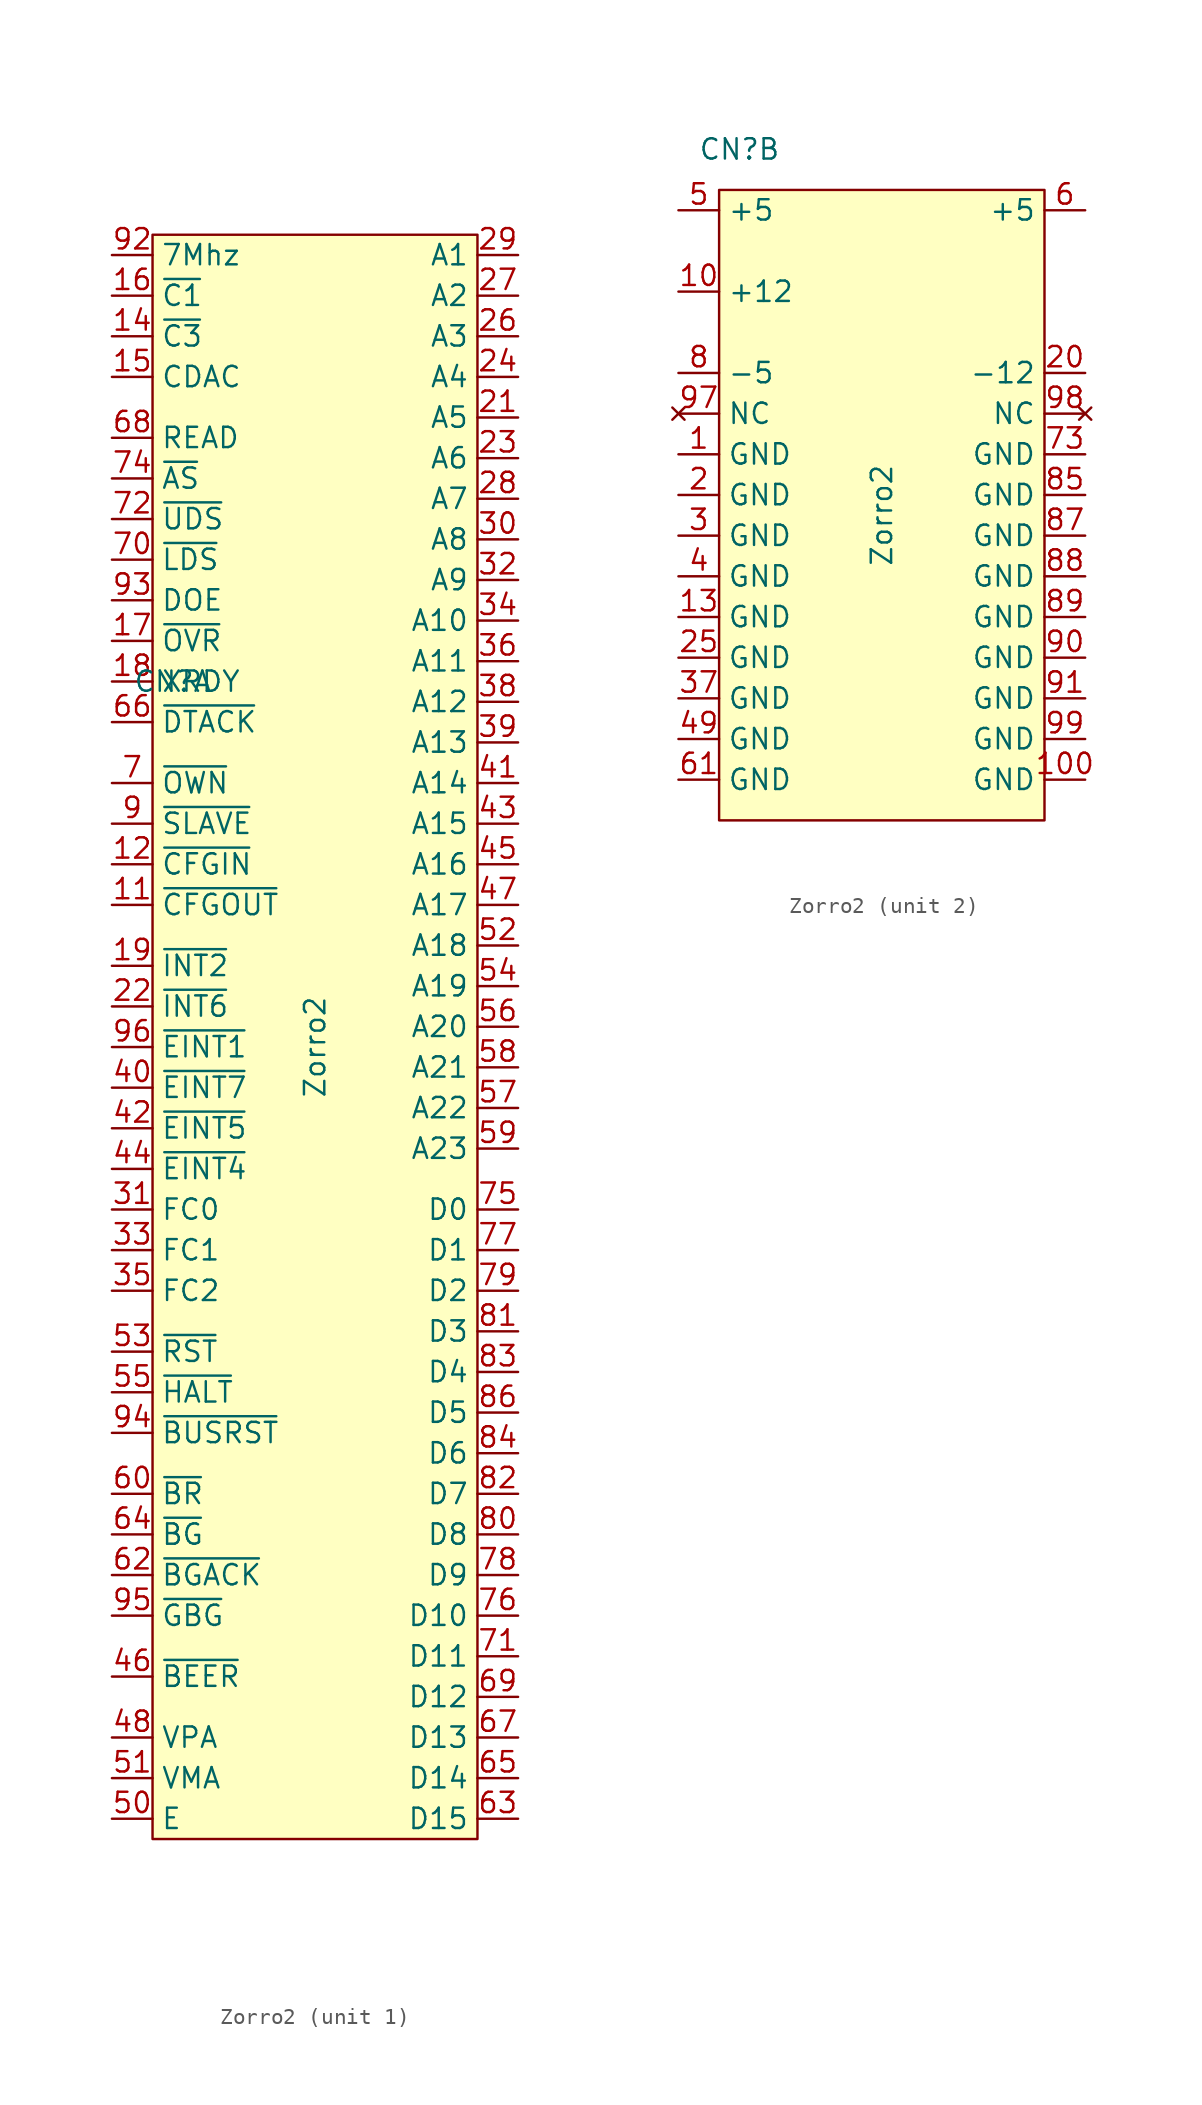
<source format=kicad_sym>
(kicad_symbol_lib
  (version 20211014)
  (generator kicad_symbol_editor)
  (symbol "Zorro2"
    (property "Reference" "CN"
      (at -8.89 22.86 0)
      (effects (font (size 1.27 1.27))))
    (property "Value" "Zorro2"
      (at 0 0 90)
      (effects (font (size 1.27 1.27))))
    (property "ki_locked" ""
      (at 0 0 0)
      (effects (font (size 1.27 1.27))))
    (symbol "Zorro2_1_1"
      (rectangle (start -10.16 50.8) (end 10.16 -49.53) (stroke (width 0.152) (type default) (color 0 0 0 0)) (fill (type background)))
      (pin input line (at -12.7 8.89 0) (length 2.54) (name "~{CFGOUT}" (effects (font (size 1.27 1.27)))) (number "11" (effects (font (size 1.27 1.27)))))
      (pin output line (at -12.7 11.43 0) (length 2.54) (name "~{CFGIN}" (effects (font (size 1.27 1.27)))) (number "12" (effects (font (size 1.27 1.27)))))
      (pin output line (at -12.7 44.45 0) (length 2.54) (name "~{C3}" (effects (font (size 1.27 1.27)))) (number "14" (effects (font (size 1.27 1.27)))))
      (pin output line (at -12.7 41.91 0) (length 2.54) (name "CDAC" (effects (font (size 1.27 1.27)))) (number "15" (effects (font (size 1.27 1.27)))))
      (pin output line (at -12.7 46.99 0) (length 2.54) (name "~{C1}" (effects (font (size 1.27 1.27)))) (number "16" (effects (font (size 1.27 1.27)))))
      (pin input line (at -12.7 25.4 0) (length 2.54) (name "~{OVR}" (effects (font (size 1.27 1.27)))) (number "17" (effects (font (size 1.27 1.27)))))
      (pin input line (at -12.7 22.86 0) (length 2.54) (name "XRDY" (effects (font (size 1.27 1.27)))) (number "18" (effects (font (size 1.27 1.27)))))
      (pin input line (at -12.7 5.08 0) (length 2.54) (name "~{INT2}" (effects (font (size 1.27 1.27)))) (number "19" (effects (font (size 1.27 1.27)))))
      (pin output line (at 12.7 39.37 180) (length 2.54) (name "A5" (effects (font (size 1.27 1.27)))) (number "21" (effects (font (size 1.27 1.27)))))
      (pin input line (at -12.7 2.54 0) (length 2.54) (name "~{INT6}" (effects (font (size 1.27 1.27)))) (number "22" (effects (font (size 1.27 1.27)))))
      (pin output line (at 12.7 36.83 180) (length 2.54) (name "A6" (effects (font (size 1.27 1.27)))) (number "23" (effects (font (size 1.27 1.27)))))
      (pin output line (at 12.7 41.91 180) (length 2.54) (name "A4" (effects (font (size 1.27 1.27)))) (number "24" (effects (font (size 1.27 1.27)))))
      (pin output line (at 12.7 44.45 180) (length 2.54) (name "A3" (effects (font (size 1.27 1.27)))) (number "26" (effects (font (size 1.27 1.27)))))
      (pin output line (at 12.7 46.99 180) (length 2.54) (name "A2" (effects (font (size 1.27 1.27)))) (number "27" (effects (font (size 1.27 1.27)))))
      (pin output line (at 12.7 34.29 180) (length 2.54) (name "A7" (effects (font (size 1.27 1.27)))) (number "28" (effects (font (size 1.27 1.27)))))
      (pin output line (at 12.7 49.53 180) (length 2.54) (name "A1" (effects (font (size 1.27 1.27)))) (number "29" (effects (font (size 1.27 1.27)))))
      (pin output line (at 12.7 31.75 180) (length 2.54) (name "A8" (effects (font (size 1.27 1.27)))) (number "30" (effects (font (size 1.27 1.27)))))
      (pin output line (at -12.7 -10.16 0) (length 2.54) (name "FC0" (effects (font (size 1.27 1.27)))) (number "31" (effects (font (size 1.27 1.27)))))
      (pin output line (at 12.7 29.21 180) (length 2.54) (name "A9" (effects (font (size 1.27 1.27)))) (number "32" (effects (font (size 1.27 1.27)))))
      (pin output line (at -12.7 -12.7 0) (length 2.54) (name "FC1" (effects (font (size 1.27 1.27)))) (number "33" (effects (font (size 1.27 1.27)))))
      (pin output line (at 12.7 26.67 180) (length 2.54) (name "A10" (effects (font (size 1.27 1.27)))) (number "34" (effects (font (size 1.27 1.27)))))
      (pin output line (at -12.7 -15.24 0) (length 2.54) (name "FC2" (effects (font (size 1.27 1.27)))) (number "35" (effects (font (size 1.27 1.27)))))
      (pin output line (at 12.7 24.13 180) (length 2.54) (name "A11" (effects (font (size 1.27 1.27)))) (number "36" (effects (font (size 1.27 1.27)))))
      (pin output line (at 12.7 21.59 180) (length 2.54) (name "A12" (effects (font (size 1.27 1.27)))) (number "38" (effects (font (size 1.27 1.27)))))
      (pin output line (at 12.7 19.05 180) (length 2.54) (name "A13" (effects (font (size 1.27 1.27)))) (number "39" (effects (font (size 1.27 1.27)))))
      (pin input line (at -12.7 -2.54 0) (length 2.54) (name "~{EINT7}" (effects (font (size 1.27 1.27)))) (number "40" (effects (font (size 1.27 1.27)))))
      (pin output line (at 12.7 16.51 180) (length 2.54) (name "A14" (effects (font (size 1.27 1.27)))) (number "41" (effects (font (size 1.27 1.27)))))
      (pin input line (at -12.7 -5.08 0) (length 2.54) (name "~{EINT5}" (effects (font (size 1.27 1.27)))) (number "42" (effects (font (size 1.27 1.27)))))
      (pin output line (at 12.7 13.97 180) (length 2.54) (name "A15" (effects (font (size 1.27 1.27)))) (number "43" (effects (font (size 1.27 1.27)))))
      (pin input line (at -12.7 -7.62 0) (length 2.54) (name "~{EINT4}" (effects (font (size 1.27 1.27)))) (number "44" (effects (font (size 1.27 1.27)))))
      (pin output line (at 12.7 11.43 180) (length 2.54) (name "A16" (effects (font (size 1.27 1.27)))) (number "45" (effects (font (size 1.27 1.27)))))
      (pin output line (at -12.7 -39.37 0) (length 2.54) (name "~{BEER}" (effects (font (size 1.27 1.27)))) (number "46" (effects (font (size 1.27 1.27)))))
      (pin output line (at 12.7 8.89 180) (length 2.54) (name "A17" (effects (font (size 1.27 1.27)))) (number "47" (effects (font (size 1.27 1.27)))))
      (pin input line (at -12.7 -43.18 0) (length 2.54) (name "VPA" (effects (font (size 1.27 1.27)))) (number "48" (effects (font (size 1.27 1.27)))))
      (pin output line (at -12.7 -48.26 0) (length 2.54) (name "E" (effects (font (size 1.27 1.27)))) (number "50" (effects (font (size 1.27 1.27)))))
      (pin output line (at -12.7 -45.72 0) (length 2.54) (name "VMA" (effects (font (size 1.27 1.27)))) (number "51" (effects (font (size 1.27 1.27)))))
      (pin output line (at 12.7 6.35 180) (length 2.54) (name "A18" (effects (font (size 1.27 1.27)))) (number "52" (effects (font (size 1.27 1.27)))))
      (pin output line (at -12.7 -19.05 0) (length 2.54) (name "~{RST}" (effects (font (size 1.27 1.27)))) (number "53" (effects (font (size 1.27 1.27)))))
      (pin output line (at 12.7 3.81 180) (length 2.54) (name "A19" (effects (font (size 1.27 1.27)))) (number "54" (effects (font (size 1.27 1.27)))))
      (pin output line (at -12.7 -21.59 0) (length 2.54) (name "~{HALT}" (effects (font (size 1.27 1.27)))) (number "55" (effects (font (size 1.27 1.27)))))
      (pin output line (at 12.7 1.27 180) (length 2.54) (name "A20" (effects (font (size 1.27 1.27)))) (number "56" (effects (font (size 1.27 1.27)))))
      (pin output line (at 12.7 -3.81 180) (length 2.54) (name "A22" (effects (font (size 1.27 1.27)))) (number "57" (effects (font (size 1.27 1.27)))))
      (pin output line (at 12.7 -1.27 180) (length 2.54) (name "A21" (effects (font (size 1.27 1.27)))) (number "58" (effects (font (size 1.27 1.27)))))
      (pin output line (at 12.7 -6.35 180) (length 2.54) (name "A23" (effects (font (size 1.27 1.27)))) (number "59" (effects (font (size 1.27 1.27)))))
      (pin input line (at -12.7 -27.94 0) (length 2.54) (name "~{BR}" (effects (font (size 1.27 1.27)))) (number "60" (effects (font (size 1.27 1.27)))))
      (pin input line (at -12.7 -33.02 0) (length 2.54) (name "~{BGACK}" (effects (font (size 1.27 1.27)))) (number "62" (effects (font (size 1.27 1.27)))))
      (pin bidirectional line (at 12.7 -48.26 180) (length 2.54) (name "D15" (effects (font (size 1.27 1.27)))) (number "63" (effects (font (size 1.27 1.27)))))
      (pin output line (at -12.7 -30.48 0) (length 2.54) (name "~{BG}" (effects (font (size 1.27 1.27)))) (number "64" (effects (font (size 1.27 1.27)))))
      (pin bidirectional line (at 12.7 -45.72 180) (length 2.54) (name "D14" (effects (font (size 1.27 1.27)))) (number "65" (effects (font (size 1.27 1.27)))))
      (pin input line (at -12.7 20.32 0) (length 2.54) (name "~{DTACK}" (effects (font (size 1.27 1.27)))) (number "66" (effects (font (size 1.27 1.27)))))
      (pin bidirectional line (at 12.7 -43.18 180) (length 2.54) (name "D13" (effects (font (size 1.27 1.27)))) (number "67" (effects (font (size 1.27 1.27)))))
      (pin output line (at -12.7 38.1 0) (length 2.54) (name "READ" (effects (font (size 1.27 1.27)))) (number "68" (effects (font (size 1.27 1.27)))))
      (pin bidirectional line (at 12.7 -40.64 180) (length 2.54) (name "D12" (effects (font (size 1.27 1.27)))) (number "69" (effects (font (size 1.27 1.27)))))
      (pin input line (at -12.7 16.51 0) (length 2.54) (name "~{OWN}" (effects (font (size 1.27 1.27)))) (number "7" (effects (font (size 1.27 1.27)))))
      (pin output line (at -12.7 30.48 0) (length 2.54) (name "~{LDS}" (effects (font (size 1.27 1.27)))) (number "70" (effects (font (size 1.27 1.27)))))
      (pin bidirectional line (at 12.7 -38.1 180) (length 2.54) (name "D11" (effects (font (size 1.27 1.27)))) (number "71" (effects (font (size 1.27 1.27)))))
      (pin output line (at -12.7 33.02 0) (length 2.54) (name "~{UDS}" (effects (font (size 1.27 1.27)))) (number "72" (effects (font (size 1.27 1.27)))))
      (pin output line (at -12.7 35.56 0) (length 2.54) (name "~{AS}" (effects (font (size 1.27 1.27)))) (number "74" (effects (font (size 1.27 1.27)))))
      (pin bidirectional line (at 12.7 -10.16 180) (length 2.54) (name "D0" (effects (font (size 1.27 1.27)))) (number "75" (effects (font (size 1.27 1.27)))))
      (pin bidirectional line (at 12.7 -35.56 180) (length 2.54) (name "D10" (effects (font (size 1.27 1.27)))) (number "76" (effects (font (size 1.27 1.27)))))
      (pin bidirectional line (at 12.7 -12.7 180) (length 2.54) (name "D1" (effects (font (size 1.27 1.27)))) (number "77" (effects (font (size 1.27 1.27)))))
      (pin bidirectional line (at 12.7 -33.02 180) (length 2.54) (name "D9" (effects (font (size 1.27 1.27)))) (number "78" (effects (font (size 1.27 1.27)))))
      (pin bidirectional line (at 12.7 -15.24 180) (length 2.54) (name "D2" (effects (font (size 1.27 1.27)))) (number "79" (effects (font (size 1.27 1.27)))))
      (pin bidirectional line (at 12.7 -30.48 180) (length 2.54) (name "D8" (effects (font (size 1.27 1.27)))) (number "80" (effects (font (size 1.27 1.27)))))
      (pin bidirectional line (at 12.7 -17.78 180) (length 2.54) (name "D3" (effects (font (size 1.27 1.27)))) (number "81" (effects (font (size 1.27 1.27)))))
      (pin bidirectional line (at 12.7 -27.94 180) (length 2.54) (name "D7" (effects (font (size 1.27 1.27)))) (number "82" (effects (font (size 1.27 1.27)))))
      (pin bidirectional line (at 12.7 -20.32 180) (length 2.54) (name "D4" (effects (font (size 1.27 1.27)))) (number "83" (effects (font (size 1.27 1.27)))))
      (pin bidirectional line (at 12.7 -25.4 180) (length 2.54) (name "D6" (effects (font (size 1.27 1.27)))) (number "84" (effects (font (size 1.27 1.27)))))
      (pin bidirectional line (at 12.7 -22.86 180) (length 2.54) (name "D5" (effects (font (size 1.27 1.27)))) (number "86" (effects (font (size 1.27 1.27)))))
      (pin input line (at -12.7 13.97 0) (length 2.54) (name "~{SLAVE}" (effects (font (size 1.27 1.27)))) (number "9" (effects (font (size 1.27 1.27)))))
      (pin output line (at -12.7 49.53 0) (length 2.54) (name "7Mhz" (effects (font (size 1.27 1.27)))) (number "92" (effects (font (size 1.27 1.27)))))
      (pin output line (at -12.7 27.94 0) (length 2.54) (name "DOE" (effects (font (size 1.27 1.27)))) (number "93" (effects (font (size 1.27 1.27)))))
      (pin bidirectional line (at -12.7 -24.13 0) (length 2.54) (name "~{BUSRST}" (effects (font (size 1.27 1.27)))) (number "94" (effects (font (size 1.27 1.27)))))
      (pin output line (at -12.7 -35.56 0) (length 2.54) (name "~{GBG}" (effects (font (size 1.27 1.27)))) (number "95" (effects (font (size 1.27 1.27)))))
      (pin input line (at -12.7 0 0) (length 2.54) (name "~{EINT1}" (effects (font (size 1.27 1.27)))) (number "96" (effects (font (size 1.27 1.27))))))
    (symbol "Zorro2_2_1"
      (rectangle (start -10.16 20.32) (end 10.16 -19.05) (stroke (width 0.152) (type default) (color 0 0 0 0)) (fill (type background)))
      (pin power_out line (at -12.7 3.81 0) (length 2.54) (name "GND" (effects (font (size 1.27 1.27)))) (number "1" (effects (font (size 1.27 1.27)))))
      (pin power_out line (at -12.7 13.97 0) (length 2.54) (name "+12" (effects (font (size 1.27 1.27)))) (number "10" (effects (font (size 1.27 1.27)))))
      (pin power_out line (at 12.7 -16.51 180) (length 2.54) (name "GND" (effects (font (size 1.27 1.27)))) (number "100" (effects (font (size 1.27 1.27)))))
      (pin power_out line (at -12.7 -6.35 0) (length 2.54) (name "GND" (effects (font (size 1.27 1.27)))) (number "13" (effects (font (size 1.27 1.27)))))
      (pin power_out line (at -12.7 1.27 0) (length 2.54) (name "GND" (effects (font (size 1.27 1.27)))) (number "2" (effects (font (size 1.27 1.27)))))
      (pin power_out line (at 12.7 8.89 180) (length 2.54) (name "-12" (effects (font (size 1.27 1.27)))) (number "20" (effects (font (size 1.27 1.27)))))
      (pin power_out line (at -12.7 -8.89 0) (length 2.54) (name "GND" (effects (font (size 1.27 1.27)))) (number "25" (effects (font (size 1.27 1.27)))))
      (pin power_out line (at -12.7 -1.27 0) (length 2.54) (name "GND" (effects (font (size 1.27 1.27)))) (number "3" (effects (font (size 1.27 1.27)))))
      (pin power_out line (at -12.7 -11.43 0) (length 2.54) (name "GND" (effects (font (size 1.27 1.27)))) (number "37" (effects (font (size 1.27 1.27)))))
      (pin power_out line (at -12.7 -3.81 0) (length 2.54) (name "GND" (effects (font (size 1.27 1.27)))) (number "4" (effects (font (size 1.27 1.27)))))
      (pin power_out line (at -12.7 -13.97 0) (length 2.54) (name "GND" (effects (font (size 1.27 1.27)))) (number "49" (effects (font (size 1.27 1.27)))))
      (pin power_out line (at -12.7 19.05 0) (length 2.54) (name "+5" (effects (font (size 1.27 1.27)))) (number "5" (effects (font (size 1.27 1.27)))))
      (pin power_out line (at 12.7 19.05 180) (length 2.54) (name "+5" (effects (font (size 1.27 1.27)))) (number "6" (effects (font (size 1.27 1.27)))))
      (pin power_out line (at -12.7 -16.51 0) (length 2.54) (name "GND" (effects (font (size 1.27 1.27)))) (number "61" (effects (font (size 1.27 1.27)))))
      (pin power_out line (at 12.7 3.81 180) (length 2.54) (name "GND" (effects (font (size 1.27 1.27)))) (number "73" (effects (font (size 1.27 1.27)))))
      (pin power_out line (at -12.7 8.89 0) (length 2.54) (name "-5" (effects (font (size 1.27 1.27)))) (number "8" (effects (font (size 1.27 1.27)))))
      (pin power_out line (at 12.7 1.27 180) (length 2.54) (name "GND" (effects (font (size 1.27 1.27)))) (number "85" (effects (font (size 1.27 1.27)))))
      (pin power_out line (at 12.7 -1.27 180) (length 2.54) (name "GND" (effects (font (size 1.27 1.27)))) (number "87" (effects (font (size 1.27 1.27)))))
      (pin power_out line (at 12.7 -3.81 180) (length 2.54) (name "GND" (effects (font (size 1.27 1.27)))) (number "88" (effects (font (size 1.27 1.27)))))
      (pin power_out line (at 12.7 -6.35 180) (length 2.54) (name "GND" (effects (font (size 1.27 1.27)))) (number "89" (effects (font (size 1.27 1.27)))))
      (pin power_out line (at 12.7 -8.89 180) (length 2.54) (name "GND" (effects (font (size 1.27 1.27)))) (number "90" (effects (font (size 1.27 1.27)))))
      (pin power_out line (at 12.7 -11.43 180) (length 2.54) (name "GND" (effects (font (size 1.27 1.27)))) (number "91" (effects (font (size 1.27 1.27)))))
      (pin no_connect line (at -12.7 6.35 0) (length 2.54) (name "NC" (effects (font (size 1.27 1.27)))) (number "97" (effects (font (size 1.27 1.27)))))
      (pin no_connect line (at 12.7 6.35 180) (length 2.54) (name "NC" (effects (font (size 1.27 1.27)))) (number "98" (effects (font (size 1.27 1.27)))))
      (pin power_out line (at 12.7 -13.97 180) (length 2.54) (name "GND" (effects (font (size 1.27 1.27)))) (number "99" (effects (font (size 1.27 1.27))))))))
</source>
